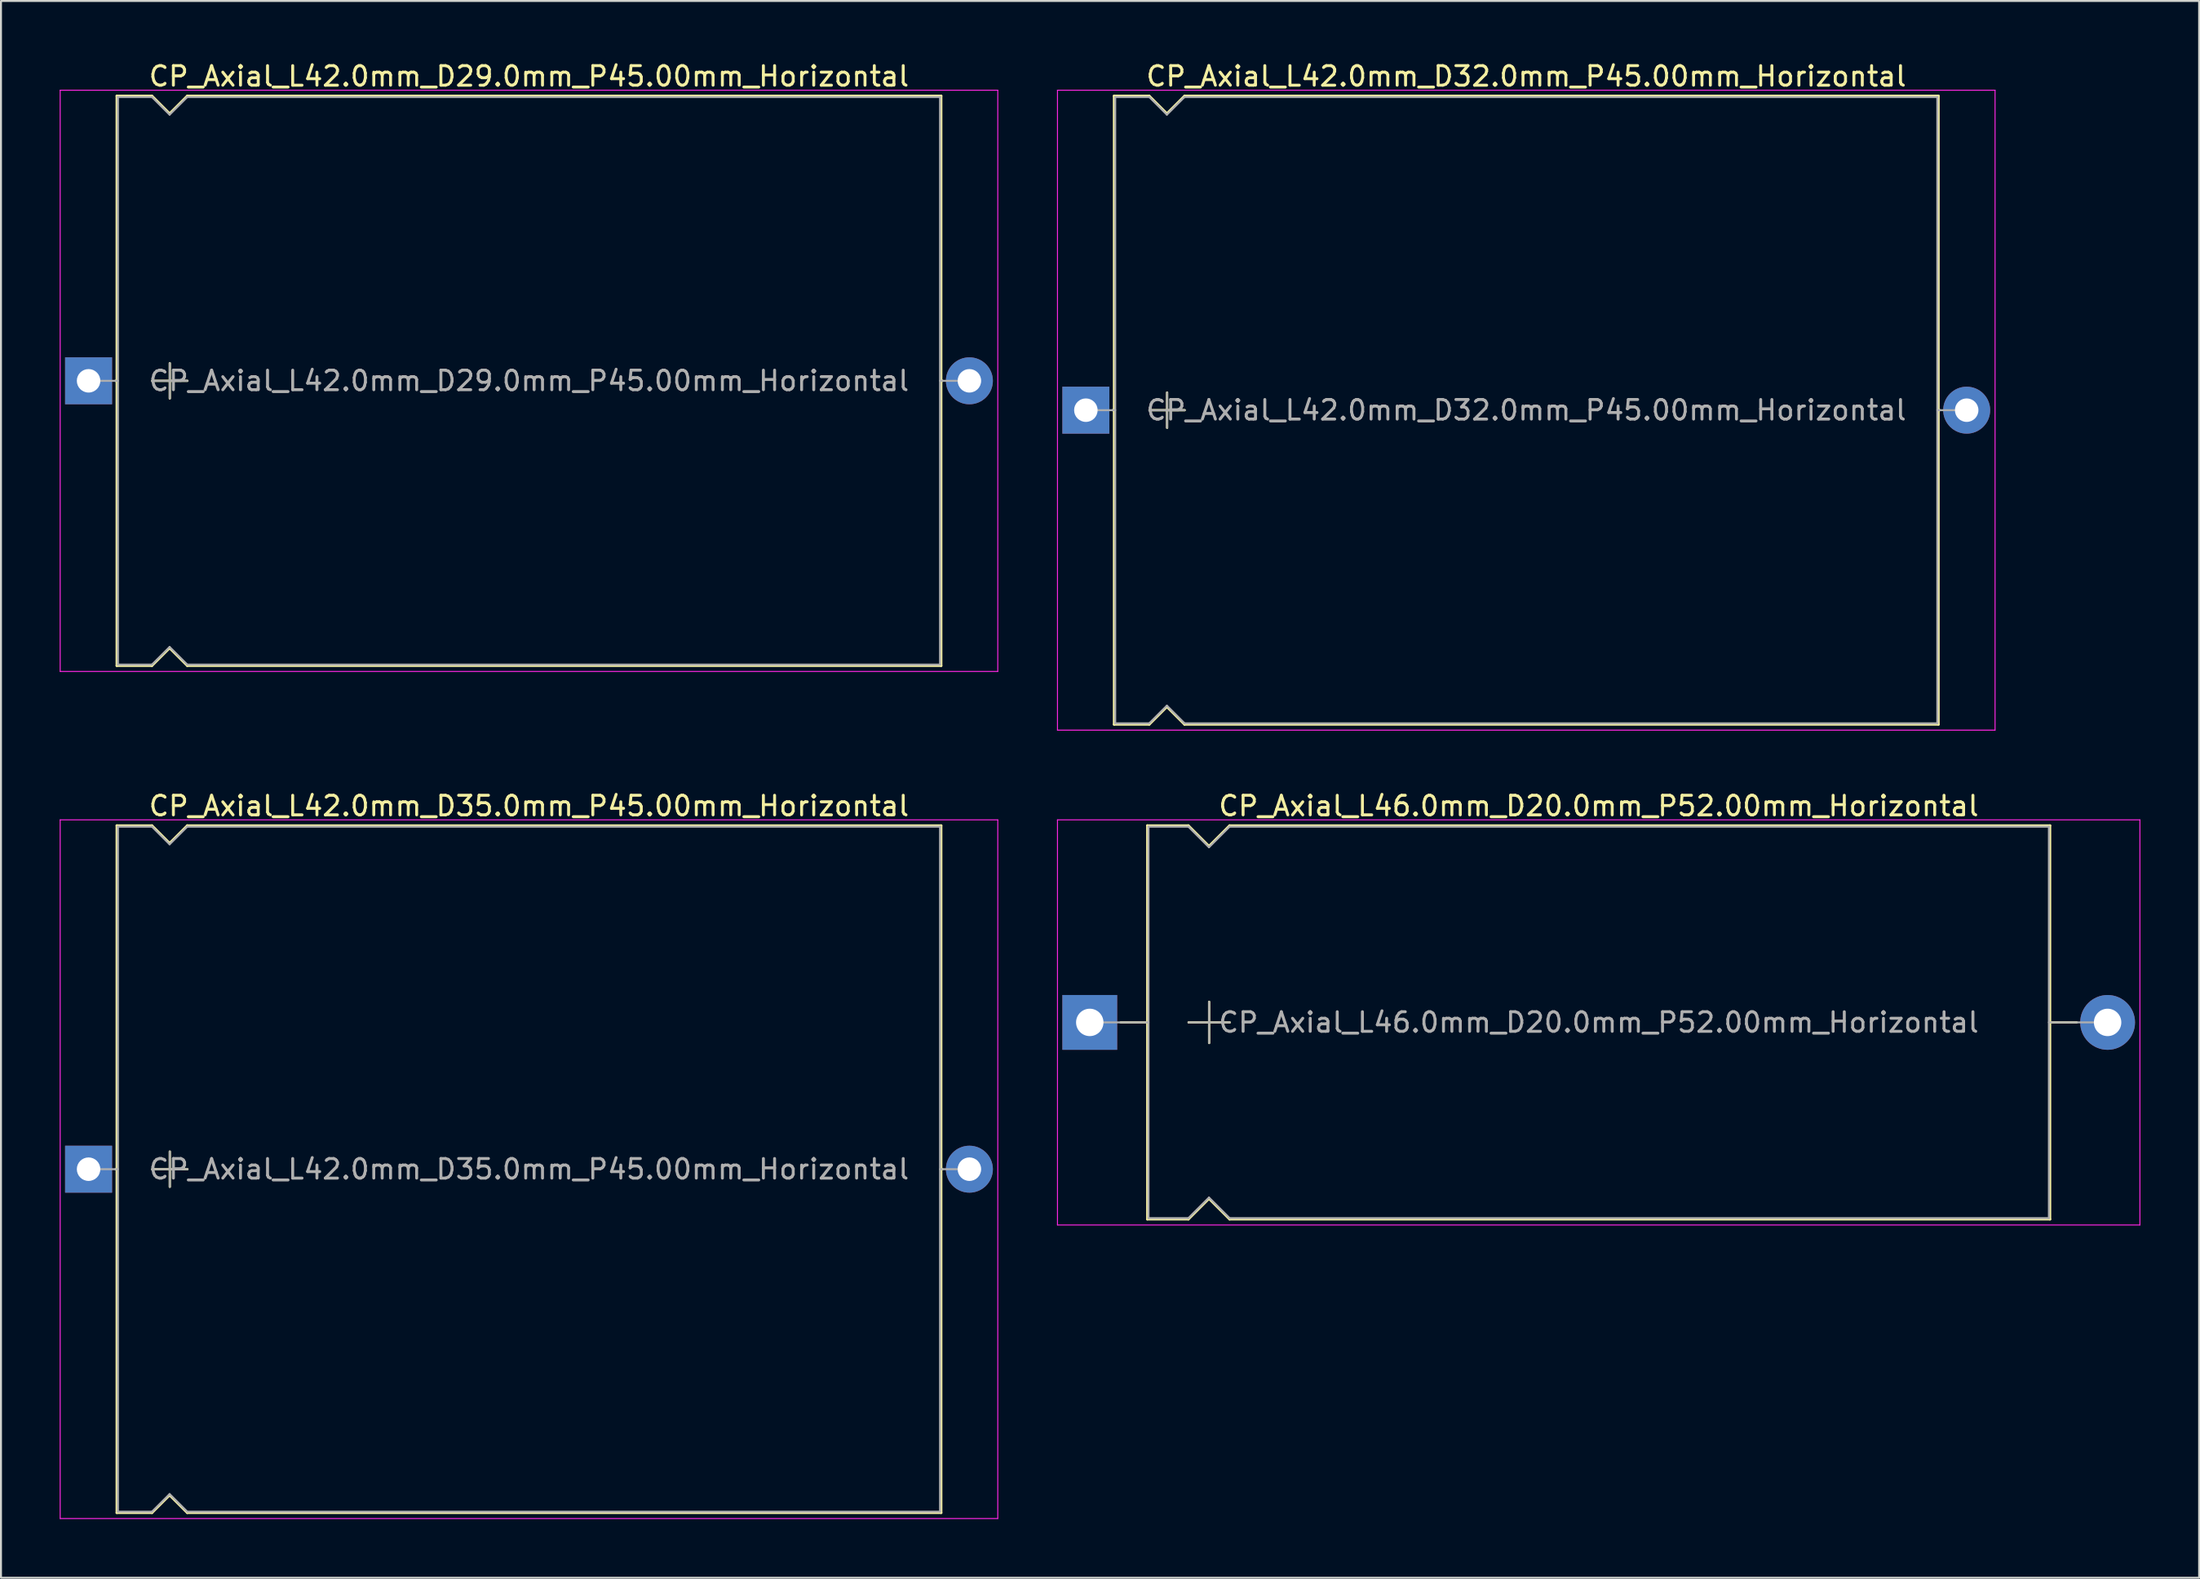
<source format=kicad_pcb>
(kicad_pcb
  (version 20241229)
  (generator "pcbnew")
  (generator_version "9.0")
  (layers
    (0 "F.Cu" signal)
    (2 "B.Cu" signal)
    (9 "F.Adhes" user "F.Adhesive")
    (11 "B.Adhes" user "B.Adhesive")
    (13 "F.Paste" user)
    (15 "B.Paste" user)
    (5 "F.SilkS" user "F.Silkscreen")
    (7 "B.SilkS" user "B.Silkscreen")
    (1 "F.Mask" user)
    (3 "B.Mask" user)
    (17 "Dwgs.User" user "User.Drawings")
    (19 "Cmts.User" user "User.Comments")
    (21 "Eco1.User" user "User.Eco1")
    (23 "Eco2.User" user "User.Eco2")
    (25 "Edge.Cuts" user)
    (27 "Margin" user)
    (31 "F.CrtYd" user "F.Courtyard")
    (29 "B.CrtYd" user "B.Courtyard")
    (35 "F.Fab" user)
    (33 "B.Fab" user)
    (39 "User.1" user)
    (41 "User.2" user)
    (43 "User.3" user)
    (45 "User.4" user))
  (footprint "CP_Axial_L42.0mm_D29.0mm_P45.00mm_Horizontal"
    (layer "F.Cu")
    (at 1.475 16.408)
    (property "Reference" "CP_Axial_L42.0mm_D29.0mm_P45.00mm_Horizontal" (at 22.5 -15.56 0) (layer "F.SilkS") (effects (font (size 1 1) (thickness 0.15))))
    (attr through_hole)
    (fp_line (start 1.38 0) (end 1.44 0) (stroke (width 0.12) (type solid)) (layer "F.SilkS"))
    (fp_line (start 1.44 -14.56) (end 1.44 14.56) (stroke (width 0.12) (type solid)) (layer "F.SilkS"))
    (fp_line (start 1.44 -14.56) (end 3.24 -14.56) (stroke (width 0.12) (type solid)) (layer "F.SilkS"))
    (fp_line (start 1.44 14.56) (end 3.24 14.56) (stroke (width 0.12) (type solid)) (layer "F.SilkS"))
    (fp_line (start 3.24 -14.56) (end 4.14 -13.66) (stroke (width 0.12) (type solid)) (layer "F.SilkS"))
    (fp_line (start 3.24 14.56) (end 4.14 13.66) (stroke (width 0.12) (type solid)) (layer "F.SilkS"))
    (fp_line (start 3.25 0) (end 5.05 0) (stroke (width 0.12) (type solid)) (layer "F.SilkS"))
    (fp_line (start 4.14 -13.66) (end 5.04 -14.56) (stroke (width 0.12) (type solid)) (layer "F.SilkS"))
    (fp_line (start 4.14 13.66) (end 5.04 14.56) (stroke (width 0.12) (type solid)) (layer "F.SilkS"))
    (fp_line (start 4.15 -0.9) (end 4.15 0.9) (stroke (width 0.12) (type solid)) (layer "F.SilkS"))
    (fp_line (start 5.04 -14.56) (end 43.56 -14.56) (stroke (width 0.12) (type solid)) (layer "F.SilkS"))
    (fp_line (start 5.04 14.56) (end 43.56 14.56) (stroke (width 0.12) (type solid)) (layer "F.SilkS"))
    (fp_line (start 43.56 -14.56) (end 43.56 14.56) (stroke (width 0.12) (type solid)) (layer "F.SilkS"))
    (fp_line (start 43.62 0) (end 43.56 0) (stroke (width 0.12) (type solid)) (layer "F.SilkS"))
    (fp_line (start -1.45 -14.85) (end -1.45 14.85) (stroke (width 0.05) (type solid)) (layer "F.CrtYd"))
    (fp_line (start -1.45 14.85) (end 46.45 14.85) (stroke (width 0.05) (type solid)) (layer "F.CrtYd"))
    (fp_line (start 46.45 -14.85) (end -1.45 -14.85) (stroke (width 0.05) (type solid)) (layer "F.CrtYd"))
    (fp_line (start 46.45 14.85) (end 46.45 -14.85) (stroke (width 0.05) (type solid)) (layer "F.CrtYd"))
    (fp_line (start 0 0) (end 1.5 0) (stroke (width 0.1) (type solid)) (layer "F.Fab"))
    (fp_line (start 1.5 -14.5) (end 1.5 14.5) (stroke (width 0.1) (type solid)) (layer "F.Fab"))
    (fp_line (start 1.5 -14.5) (end 3.24 -14.5) (stroke (width 0.1) (type solid)) (layer "F.Fab"))
    (fp_line (start 1.5 14.5) (end 3.24 14.5) (stroke (width 0.1) (type solid)) (layer "F.Fab"))
    (fp_line (start 3.24 -14.5) (end 4.14 -13.6) (stroke (width 0.1) (type solid)) (layer "F.Fab"))
    (fp_line (start 3.24 14.5) (end 4.14 13.6) (stroke (width 0.1) (type solid)) (layer "F.Fab"))
    (fp_line (start 3.25 0) (end 5.05 0) (stroke (width 0.1) (type solid)) (layer "F.Fab"))
    (fp_line (start 4.14 -13.6) (end 5.04 -14.5) (stroke (width 0.1) (type solid)) (layer "F.Fab"))
    (fp_line (start 4.14 13.6) (end 5.04 14.5) (stroke (width 0.1) (type solid)) (layer "F.Fab"))
    (fp_line (start 4.15 -0.9) (end 4.15 0.9) (stroke (width 0.1) (type solid)) (layer "F.Fab"))
    (fp_line (start 5.04 -14.5) (end 43.5 -14.5) (stroke (width 0.1) (type solid)) (layer "F.Fab"))
    (fp_line (start 5.04 14.5) (end 43.5 14.5) (stroke (width 0.1) (type solid)) (layer "F.Fab"))
    (fp_line (start 43.5 -14.5) (end 43.5 14.5) (stroke (width 0.1) (type solid)) (layer "F.Fab"))
    (fp_line (start 45 0) (end 43.5 0) (stroke (width 0.1) (type solid)) (layer "F.Fab"))
    (fp_text user "${REFERENCE}" (at 22.5 0 0) (layer "F.Fab") (effects (font (size 1 1) (thickness 0.15))))
    (pad "1" thru_hole rect (at 0 0) (size 2.4 2.4) (drill 1.2) (layers "*.Cu" "*.Mask"))
    (pad "2" thru_hole oval (at 45 0) (size 2.4 2.4) (drill 1.2) (layers "*.Cu" "*.Mask")))
  (footprint "CP_Axial_L42.0mm_D35.0mm_P45.00mm_Horizontal"
    (layer "F.Cu")
    (at 1.475 56.691)
    (property "Reference" "CP_Axial_L42.0mm_D35.0mm_P45.00mm_Horizontal" (at 22.5 -18.56 0) (layer "F.SilkS") (effects (font (size 1 1) (thickness 0.15))))
    (attr through_hole)
    (fp_line (start 1.38 0) (end 1.44 0) (stroke (width 0.12) (type solid)) (layer "F.SilkS"))
    (fp_line (start 1.44 -17.56) (end 1.44 17.56) (stroke (width 0.12) (type solid)) (layer "F.SilkS"))
    (fp_line (start 1.44 -17.56) (end 3.24 -17.56) (stroke (width 0.12) (type solid)) (layer "F.SilkS"))
    (fp_line (start 1.44 17.56) (end 3.24 17.56) (stroke (width 0.12) (type solid)) (layer "F.SilkS"))
    (fp_line (start 3.24 -17.56) (end 4.14 -16.66) (stroke (width 0.12) (type solid)) (layer "F.SilkS"))
    (fp_line (start 3.24 17.56) (end 4.14 16.66) (stroke (width 0.12) (type solid)) (layer "F.SilkS"))
    (fp_line (start 3.25 0) (end 5.05 0) (stroke (width 0.12) (type solid)) (layer "F.SilkS"))
    (fp_line (start 4.14 -16.66) (end 5.04 -17.56) (stroke (width 0.12) (type solid)) (layer "F.SilkS"))
    (fp_line (start 4.14 16.66) (end 5.04 17.56) (stroke (width 0.12) (type solid)) (layer "F.SilkS"))
    (fp_line (start 4.15 -0.9) (end 4.15 0.9) (stroke (width 0.12) (type solid)) (layer "F.SilkS"))
    (fp_line (start 5.04 -17.56) (end 43.56 -17.56) (stroke (width 0.12) (type solid)) (layer "F.SilkS"))
    (fp_line (start 5.04 17.56) (end 43.56 17.56) (stroke (width 0.12) (type solid)) (layer "F.SilkS"))
    (fp_line (start 43.56 -17.56) (end 43.56 17.56) (stroke (width 0.12) (type solid)) (layer "F.SilkS"))
    (fp_line (start 43.62 0) (end 43.56 0) (stroke (width 0.12) (type solid)) (layer "F.SilkS"))
    (fp_line (start -1.45 -17.85) (end -1.45 17.85) (stroke (width 0.05) (type solid)) (layer "F.CrtYd"))
    (fp_line (start -1.45 17.85) (end 46.45 17.85) (stroke (width 0.05) (type solid)) (layer "F.CrtYd"))
    (fp_line (start 46.45 -17.85) (end -1.45 -17.85) (stroke (width 0.05) (type solid)) (layer "F.CrtYd"))
    (fp_line (start 46.45 17.85) (end 46.45 -17.85) (stroke (width 0.05) (type solid)) (layer "F.CrtYd"))
    (fp_line (start 0 0) (end 1.5 0) (stroke (width 0.1) (type solid)) (layer "F.Fab"))
    (fp_line (start 1.5 -17.5) (end 1.5 17.5) (stroke (width 0.1) (type solid)) (layer "F.Fab"))
    (fp_line (start 1.5 -17.5) (end 3.24 -17.5) (stroke (width 0.1) (type solid)) (layer "F.Fab"))
    (fp_line (start 1.5 17.5) (end 3.24 17.5) (stroke (width 0.1) (type solid)) (layer "F.Fab"))
    (fp_line (start 3.24 -17.5) (end 4.14 -16.6) (stroke (width 0.1) (type solid)) (layer "F.Fab"))
    (fp_line (start 3.24 17.5) (end 4.14 16.6) (stroke (width 0.1) (type solid)) (layer "F.Fab"))
    (fp_line (start 3.25 0) (end 5.05 0) (stroke (width 0.1) (type solid)) (layer "F.Fab"))
    (fp_line (start 4.14 -16.6) (end 5.04 -17.5) (stroke (width 0.1) (type solid)) (layer "F.Fab"))
    (fp_line (start 4.14 16.6) (end 5.04 17.5) (stroke (width 0.1) (type solid)) (layer "F.Fab"))
    (fp_line (start 4.15 -0.9) (end 4.15 0.9) (stroke (width 0.1) (type solid)) (layer "F.Fab"))
    (fp_line (start 5.04 -17.5) (end 43.5 -17.5) (stroke (width 0.1) (type solid)) (layer "F.Fab"))
    (fp_line (start 5.04 17.5) (end 43.5 17.5) (stroke (width 0.1) (type solid)) (layer "F.Fab"))
    (fp_line (start 43.5 -17.5) (end 43.5 17.5) (stroke (width 0.1) (type solid)) (layer "F.Fab"))
    (fp_line (start 45 0) (end 43.5 0) (stroke (width 0.1) (type solid)) (layer "F.Fab"))
    (fp_text user "${REFERENCE}" (at 22.5 0 0) (layer "F.Fab") (effects (font (size 1 1) (thickness 0.15))))
    (pad "1" thru_hole rect (at 0 0) (size 2.4 2.4) (drill 1.2) (layers "*.Cu" "*.Mask"))
    (pad "2" thru_hole oval (at 45 0) (size 2.4 2.4) (drill 1.2) (layers "*.Cu" "*.Mask")))
  (footprint "CP_Axial_L42.0mm_D32.0mm_P45.00mm_Horizontal"
    (layer "F.Cu")
    (at 52.425 17.908)
    (property "Reference" "CP_Axial_L42.0mm_D32.0mm_P45.00mm_Horizontal" (at 22.5 -17.06 0) (layer "F.SilkS") (effects (font (size 1 1) (thickness 0.15))))
    (attr through_hole)
    (fp_line (start 1.38 0) (end 1.44 0) (stroke (width 0.12) (type solid)) (layer "F.SilkS"))
    (fp_line (start 1.44 -16.06) (end 1.44 16.06) (stroke (width 0.12) (type solid)) (layer "F.SilkS"))
    (fp_line (start 1.44 -16.06) (end 3.24 -16.06) (stroke (width 0.12) (type solid)) (layer "F.SilkS"))
    (fp_line (start 1.44 16.06) (end 3.24 16.06) (stroke (width 0.12) (type solid)) (layer "F.SilkS"))
    (fp_line (start 3.24 -16.06) (end 4.14 -15.16) (stroke (width 0.12) (type solid)) (layer "F.SilkS"))
    (fp_line (start 3.24 16.06) (end 4.14 15.16) (stroke (width 0.12) (type solid)) (layer "F.SilkS"))
    (fp_line (start 3.25 0) (end 5.05 0) (stroke (width 0.12) (type solid)) (layer "F.SilkS"))
    (fp_line (start 4.14 -15.16) (end 5.04 -16.06) (stroke (width 0.12) (type solid)) (layer "F.SilkS"))
    (fp_line (start 4.14 15.16) (end 5.04 16.06) (stroke (width 0.12) (type solid)) (layer "F.SilkS"))
    (fp_line (start 4.15 -0.9) (end 4.15 0.9) (stroke (width 0.12) (type solid)) (layer "F.SilkS"))
    (fp_line (start 5.04 -16.06) (end 43.56 -16.06) (stroke (width 0.12) (type solid)) (layer "F.SilkS"))
    (fp_line (start 5.04 16.06) (end 43.56 16.06) (stroke (width 0.12) (type solid)) (layer "F.SilkS"))
    (fp_line (start 43.56 -16.06) (end 43.56 16.06) (stroke (width 0.12) (type solid)) (layer "F.SilkS"))
    (fp_line (start 43.62 0) (end 43.56 0) (stroke (width 0.12) (type solid)) (layer "F.SilkS"))
    (fp_line (start -1.45 -16.35) (end -1.45 16.35) (stroke (width 0.05) (type solid)) (layer "F.CrtYd"))
    (fp_line (start -1.45 16.35) (end 46.45 16.35) (stroke (width 0.05) (type solid)) (layer "F.CrtYd"))
    (fp_line (start 46.45 -16.35) (end -1.45 -16.35) (stroke (width 0.05) (type solid)) (layer "F.CrtYd"))
    (fp_line (start 46.45 16.35) (end 46.45 -16.35) (stroke (width 0.05) (type solid)) (layer "F.CrtYd"))
    (fp_line (start 0 0) (end 1.5 0) (stroke (width 0.1) (type solid)) (layer "F.Fab"))
    (fp_line (start 1.5 -16) (end 1.5 16) (stroke (width 0.1) (type solid)) (layer "F.Fab"))
    (fp_line (start 1.5 -16) (end 3.24 -16) (stroke (width 0.1) (type solid)) (layer "F.Fab"))
    (fp_line (start 1.5 16) (end 3.24 16) (stroke (width 0.1) (type solid)) (layer "F.Fab"))
    (fp_line (start 3.24 -16) (end 4.14 -15.1) (stroke (width 0.1) (type solid)) (layer "F.Fab"))
    (fp_line (start 3.24 16) (end 4.14 15.1) (stroke (width 0.1) (type solid)) (layer "F.Fab"))
    (fp_line (start 3.25 0) (end 5.05 0) (stroke (width 0.1) (type solid)) (layer "F.Fab"))
    (fp_line (start 4.14 -15.1) (end 5.04 -16) (stroke (width 0.1) (type solid)) (layer "F.Fab"))
    (fp_line (start 4.14 15.1) (end 5.04 16) (stroke (width 0.1) (type solid)) (layer "F.Fab"))
    (fp_line (start 4.15 -0.9) (end 4.15 0.9) (stroke (width 0.1) (type solid)) (layer "F.Fab"))
    (fp_line (start 5.04 -16) (end 43.5 -16) (stroke (width 0.1) (type solid)) (layer "F.Fab"))
    (fp_line (start 5.04 16) (end 43.5 16) (stroke (width 0.1) (type solid)) (layer "F.Fab"))
    (fp_line (start 43.5 -16) (end 43.5 16) (stroke (width 0.1) (type solid)) (layer "F.Fab"))
    (fp_line (start 45 0) (end 43.5 0) (stroke (width 0.1) (type solid)) (layer "F.Fab"))
    (fp_text user "${REFERENCE}" (at 22.5 0 0) (layer "F.Fab") (effects (font (size 1 1) (thickness 0.15))))
    (pad "1" thru_hole rect (at 0 0) (size 2.4 2.4) (drill 1.2) (layers "*.Cu" "*.Mask"))
    (pad "2" thru_hole oval (at 45 0) (size 2.4 2.4) (drill 1.2) (layers "*.Cu" "*.Mask")))
  (footprint "CP_Axial_L46.0mm_D20.0mm_P52.00mm_Horizontal"
    (layer "F.Cu")
    (at 52.625 49.191)
    (property "Reference" "CP_Axial_L46.0mm_D20.0mm_P52.00mm_Horizontal" (at 26 -11.06 0) (layer "F.SilkS") (effects (font (size 1 1) (thickness 0.15))))
    (attr through_hole)
    (fp_line (start 1.58 0) (end 2.94 0) (stroke (width 0.12) (type solid)) (layer "F.SilkS"))
    (fp_line (start 2.94 -10.06) (end 2.94 10.06) (stroke (width 0.12) (type solid)) (layer "F.SilkS"))
    (fp_line (start 2.94 -10.06) (end 5.04 -10.06) (stroke (width 0.12) (type solid)) (layer "F.SilkS"))
    (fp_line (start 2.94 10.06) (end 5.04 10.06) (stroke (width 0.12) (type solid)) (layer "F.SilkS"))
    (fp_line (start 5.04 -10.06) (end 6.09 -9.01) (stroke (width 0.12) (type solid)) (layer "F.SilkS"))
    (fp_line (start 5.04 10.06) (end 6.09 9.01) (stroke (width 0.12) (type solid)) (layer "F.SilkS"))
    (fp_line (start 5.05 0) (end 7.15 0) (stroke (width 0.12) (type solid)) (layer "F.SilkS"))
    (fp_line (start 6.09 -9.01) (end 7.14 -10.06) (stroke (width 0.12) (type solid)) (layer "F.SilkS"))
    (fp_line (start 6.09 9.01) (end 7.14 10.06) (stroke (width 0.12) (type solid)) (layer "F.SilkS"))
    (fp_line (start 6.1 -1.05) (end 6.1 1.05) (stroke (width 0.12) (type solid)) (layer "F.SilkS"))
    (fp_line (start 7.14 -10.06) (end 49.06 -10.06) (stroke (width 0.12) (type solid)) (layer "F.SilkS"))
    (fp_line (start 7.14 10.06) (end 49.06 10.06) (stroke (width 0.12) (type solid)) (layer "F.SilkS"))
    (fp_line (start 49.06 -10.06) (end 49.06 10.06) (stroke (width 0.12) (type solid)) (layer "F.SilkS"))
    (fp_line (start 50.42 0) (end 49.06 0) (stroke (width 0.12) (type solid)) (layer "F.SilkS"))
    (fp_line (start -1.65 -10.35) (end -1.65 10.35) (stroke (width 0.05) (type solid)) (layer "F.CrtYd"))
    (fp_line (start -1.65 10.35) (end 53.65 10.35) (stroke (width 0.05) (type solid)) (layer "F.CrtYd"))
    (fp_line (start 53.65 -10.35) (end -1.65 -10.35) (stroke (width 0.05) (type solid)) (layer "F.CrtYd"))
    (fp_line (start 53.65 10.35) (end 53.65 -10.35) (stroke (width 0.05) (type solid)) (layer "F.CrtYd"))
    (fp_line (start 0 0) (end 3 0) (stroke (width 0.1) (type solid)) (layer "F.Fab"))
    (fp_line (start 3 -10) (end 3 10) (stroke (width 0.1) (type solid)) (layer "F.Fab"))
    (fp_line (start 3 -10) (end 5.04 -10) (stroke (width 0.1) (type solid)) (layer "F.Fab"))
    (fp_line (start 3 10) (end 5.04 10) (stroke (width 0.1) (type solid)) (layer "F.Fab"))
    (fp_line (start 5.04 -10) (end 6.09 -8.95) (stroke (width 0.1) (type solid)) (layer "F.Fab"))
    (fp_line (start 5.04 10) (end 6.09 8.95) (stroke (width 0.1) (type solid)) (layer "F.Fab"))
    (fp_line (start 5.05 0) (end 7.15 0) (stroke (width 0.1) (type solid)) (layer "F.Fab"))
    (fp_line (start 6.09 -8.95) (end 7.14 -10) (stroke (width 0.1) (type solid)) (layer "F.Fab"))
    (fp_line (start 6.09 8.95) (end 7.14 10) (stroke (width 0.1) (type solid)) (layer "F.Fab"))
    (fp_line (start 6.1 -1.05) (end 6.1 1.05) (stroke (width 0.1) (type solid)) (layer "F.Fab"))
    (fp_line (start 7.14 -10) (end 49 -10) (stroke (width 0.1) (type solid)) (layer "F.Fab"))
    (fp_line (start 7.14 10) (end 49 10) (stroke (width 0.1) (type solid)) (layer "F.Fab"))
    (fp_line (start 49 -10) (end 49 10) (stroke (width 0.1) (type solid)) (layer "F.Fab"))
    (fp_line (start 52 0) (end 49 0) (stroke (width 0.1) (type solid)) (layer "F.Fab"))
    (fp_text user "${REFERENCE}" (at 26 0 0) (layer "F.Fab") (effects (font (size 1 1) (thickness 0.15))))
    (pad "1" thru_hole rect (at 0 0) (size 2.8 2.8) (drill 1.4) (layers "*.Cu" "*.Mask"))
    (pad "2" thru_hole oval (at 52 0) (size 2.8 2.8) (drill 1.4) (layers "*.Cu" "*.Mask")))
  (gr_rect
    (start -3 -3)
    (end 109.3 77.567)
    (stroke (width 0.1) (type default))
    (fill no)
    (layer "Edge.Cuts")))
</source>
